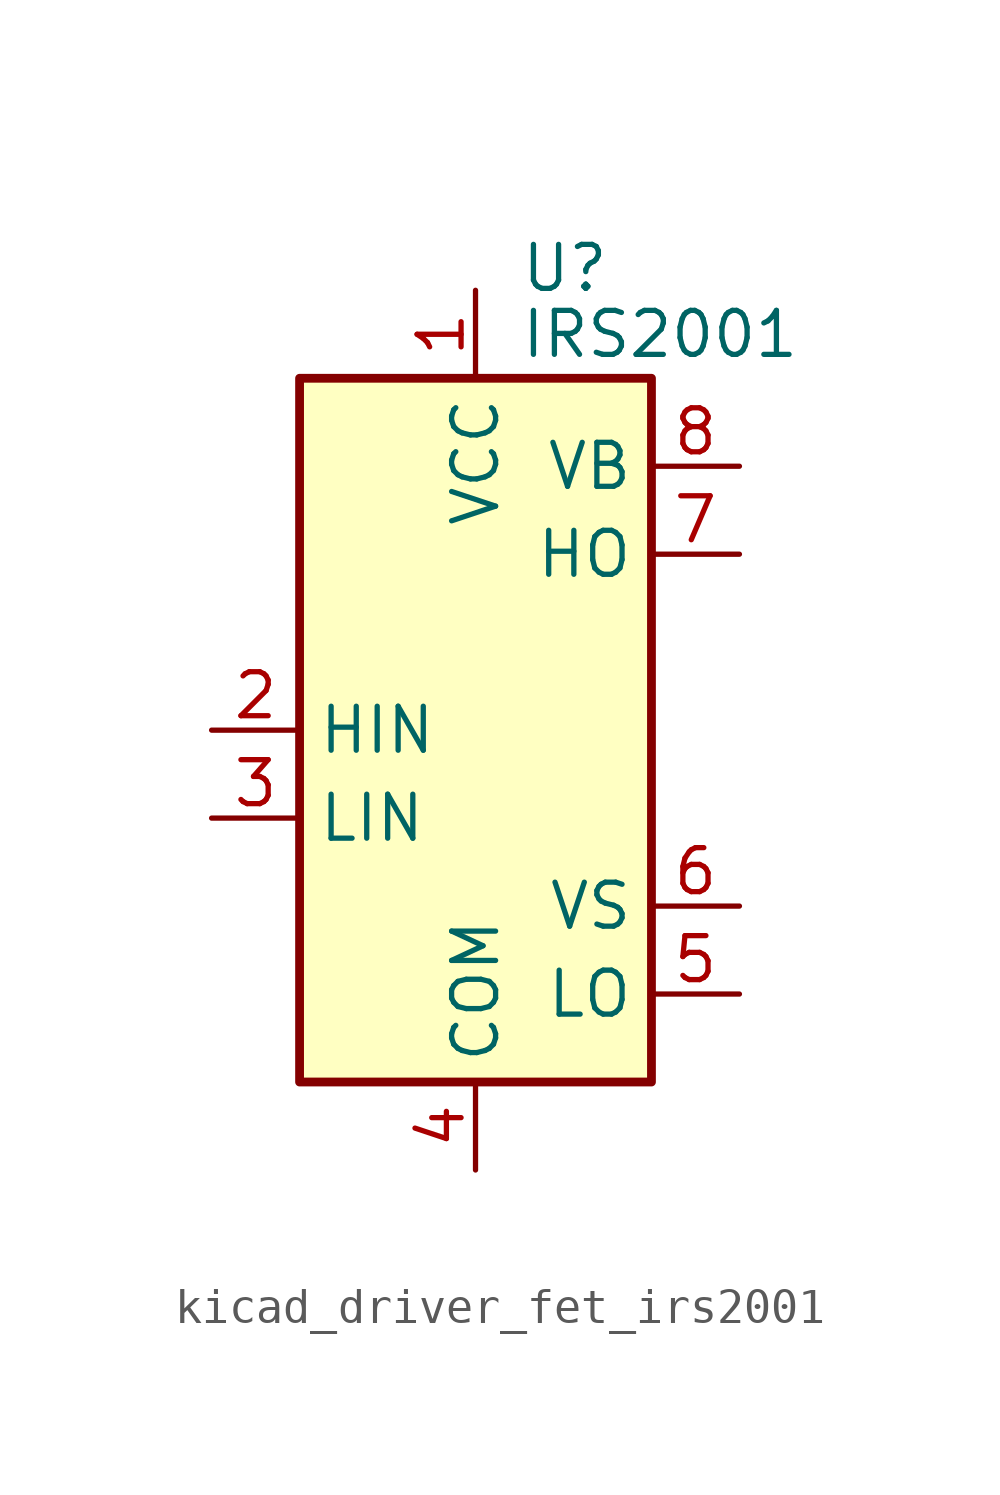
<source format=kicad_sym>
(kicad_symbol_lib
  (version 20220914)
  (generator kicad_symbol_editor)
  (symbol "kicad_driver_fet_irs2001"
    (property "Reference" "U"
      (at 1.27 13.335 0)
      (effects (font (size 1.27 1.27)) (justify left)))
    (property "Value" "IRS2001"
      (at 1.27 11.43 0)
      (effects (font (size 1.27 1.27)) (justify left)))
    (symbol "kicad_driver_fet_irs2001_0_1"
      (rectangle (start -5.08 -10.16) (end 5.08 10.16) (stroke (width 0.254) (type default)) (fill (type background))))
    (symbol "kicad_driver_fet_irs2001_1_1"
      (pin power_in line (at 0 12.7 270) (length 2.54) (name "VCC" (effects (font (size 1.27 1.27)))) (number "1" (effects (font (size 1.27 1.27)))))
      (pin input line (at -7.62 0 0) (length 2.54) (name "HIN" (effects (font (size 1.27 1.27)))) (number "2" (effects (font (size 1.27 1.27)))))
      (pin input line (at -7.62 -2.54 0) (length 2.54) (name "LIN" (effects (font (size 1.27 1.27)))) (number "3" (effects (font (size 1.27 1.27)))))
      (pin power_in line (at 0 -12.7 90) (length 2.54) (name "COM" (effects (font (size 1.27 1.27)))) (number "4" (effects (font (size 1.27 1.27)))))
      (pin output line (at 7.62 -7.62 180) (length 2.54) (name "LO" (effects (font (size 1.27 1.27)))) (number "5" (effects (font (size 1.27 1.27)))))
      (pin passive line (at 7.62 -5.08 180) (length 2.54) (name "VS" (effects (font (size 1.27 1.27)))) (number "6" (effects (font (size 1.27 1.27)))))
      (pin output line (at 7.62 5.08 180) (length 2.54) (name "HO" (effects (font (size 1.27 1.27)))) (number "7" (effects (font (size 1.27 1.27)))))
      (pin passive line (at 7.62 7.62 180) (length 2.54) (name "VB" (effects (font (size 1.27 1.27)))) (number "8" (effects (font (size 1.27 1.27))))))))
</source>
